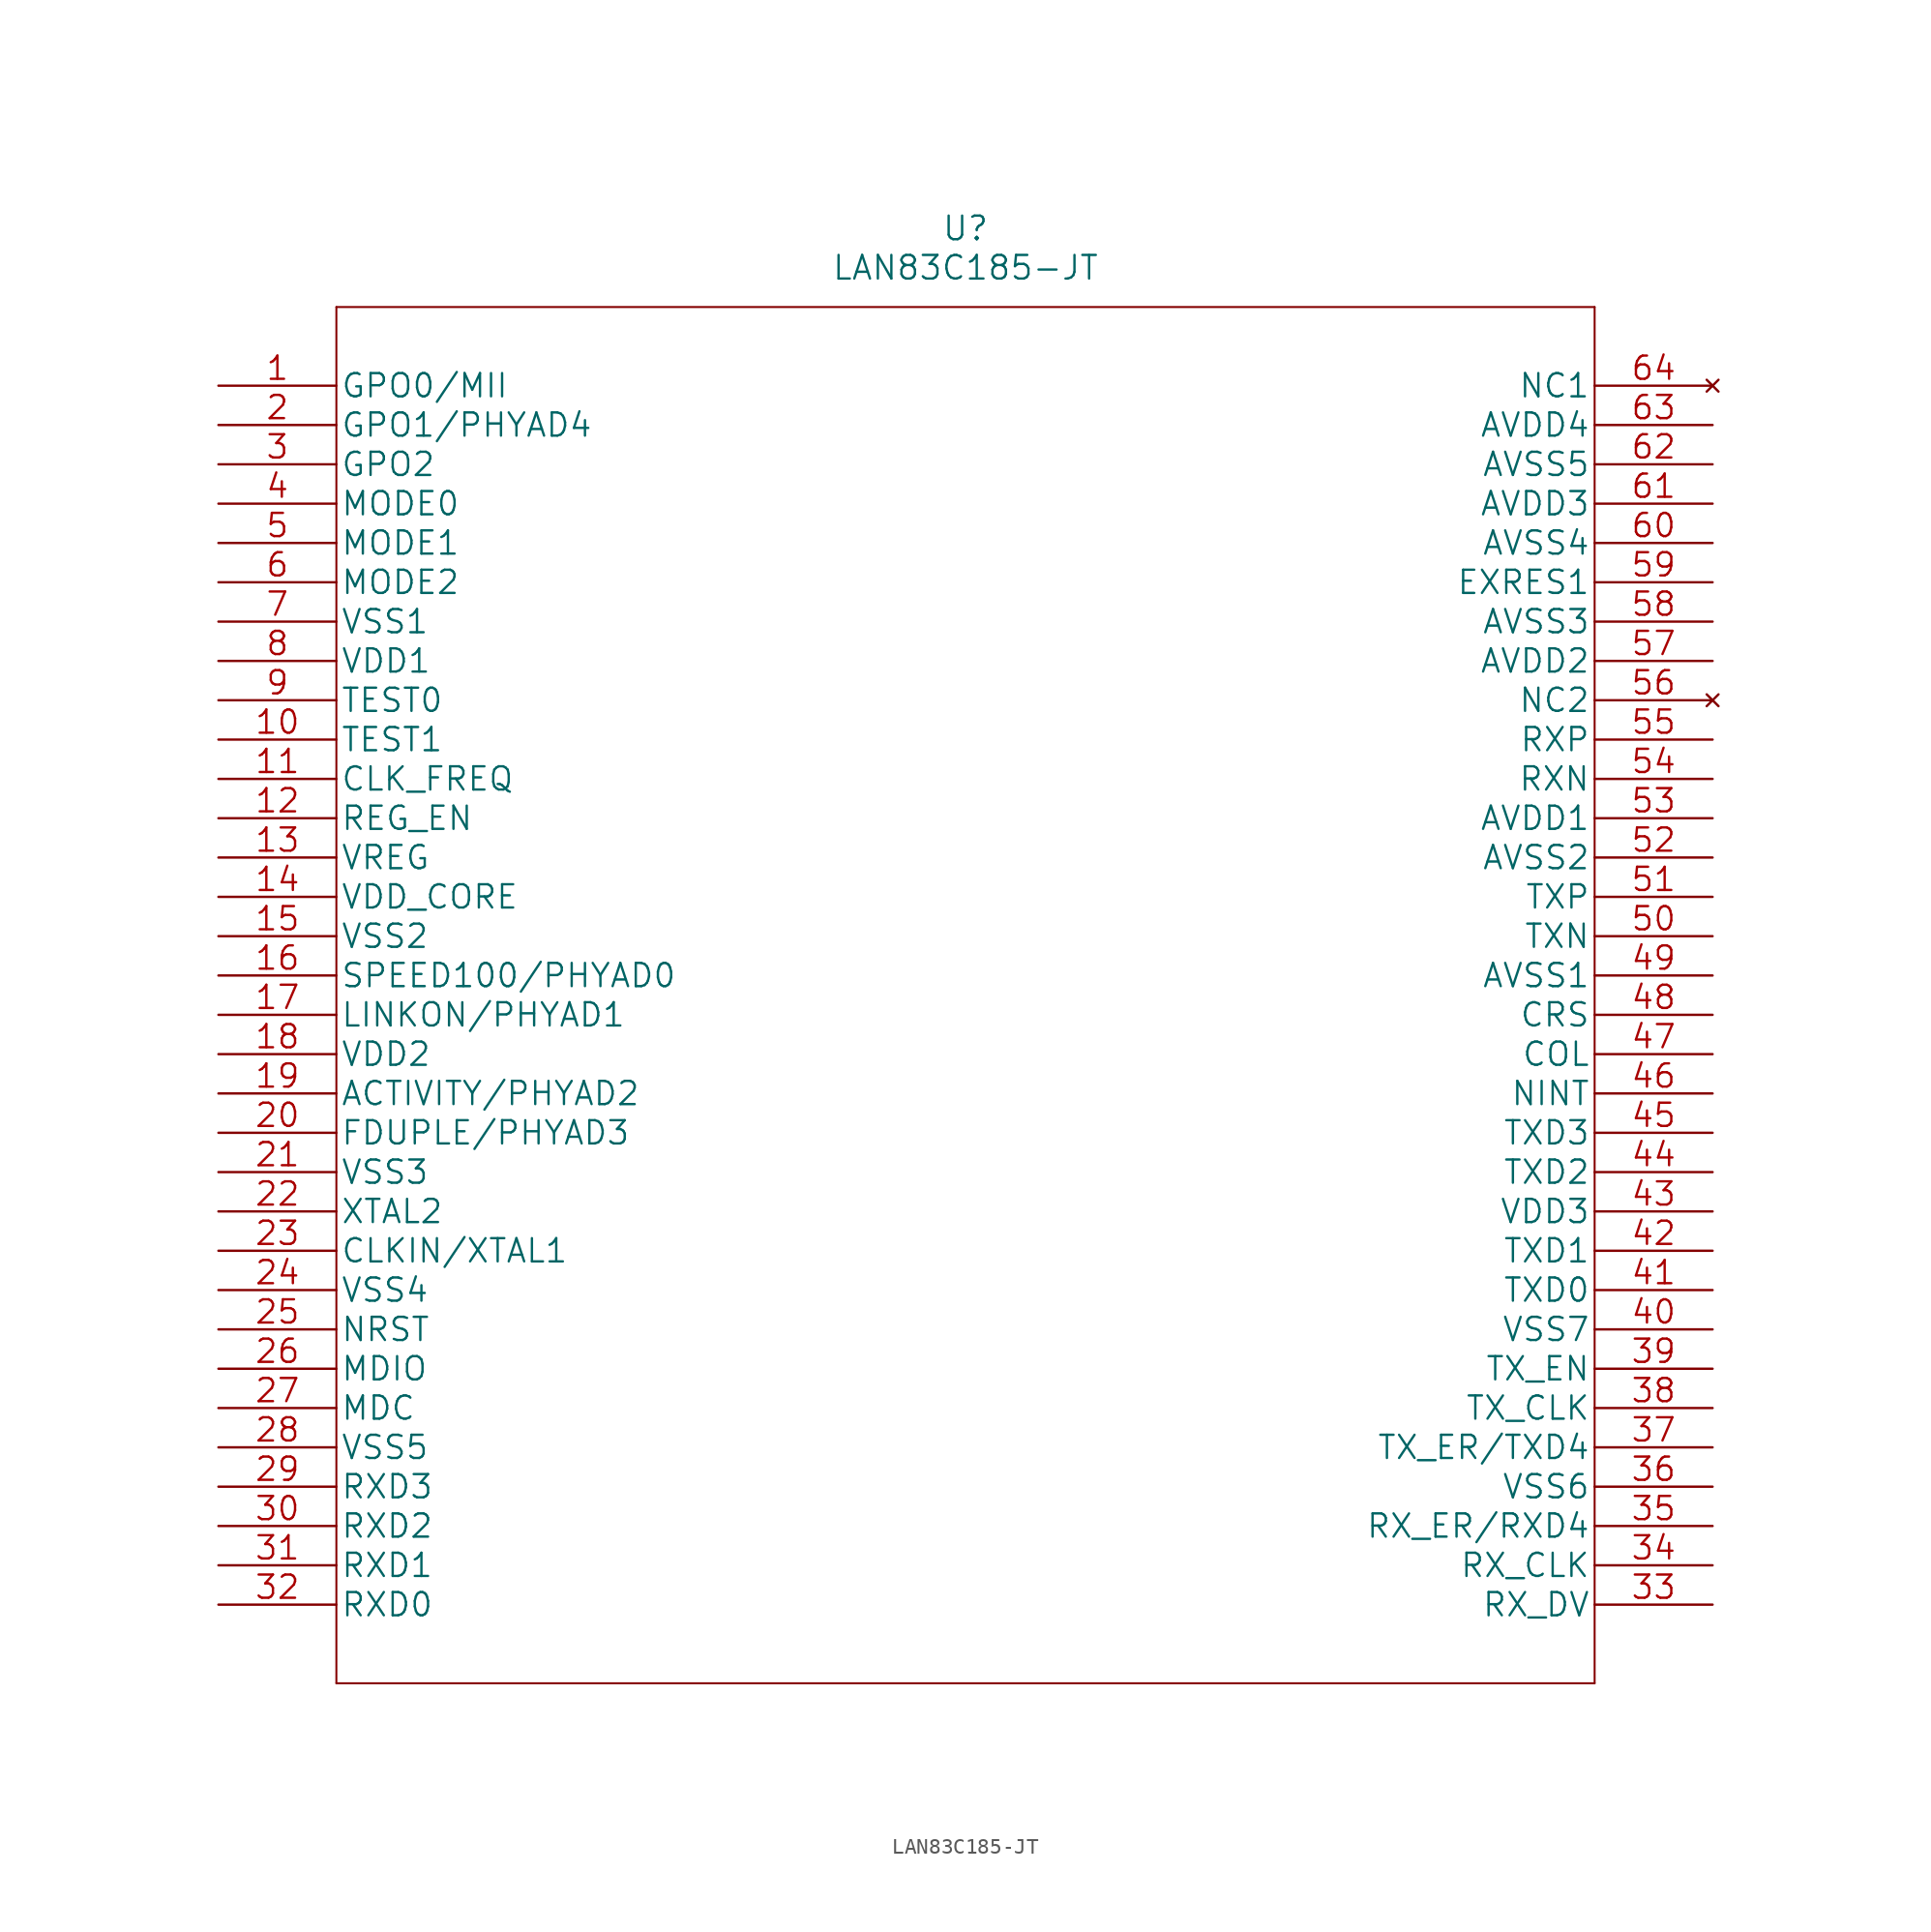
<source format=kicad_sym>
(kicad_symbol_lib
  (version 20211014)
  (generator kicad_symbol_editor)
  (symbol "LAN83C185-JT"
    (pin_names
      (offset 0.254))
    (property "Reference" "U"
      (at 48.26 10.16 0)
      (effects (font (size 1.524 1.524))))
    (property "Value" "LAN83C185-JT"
      (at 48.26 7.62 0)
      (effects (font (size 1.524 1.524))))
    (property "Datasheet" ""
      (at 0 0 0)
      (effects (font (size 1.524 1.524))))
    (property "ki_locked" ""
      (at 0 0 0)
      (effects (font (size 1.27 1.27))))
    (symbol "LAN83C185-JT_1_1"
      (polyline (pts (xy 7.62 -83.82) (xy 88.9 -83.82)) (stroke (width 0.127) (type default) (color 0 0 0 0)) (fill (type none)))
      (polyline (pts (xy 7.62 5.08) (xy 7.62 -83.82)) (stroke (width 0.127) (type default) (color 0 0 0 0)) (fill (type none)))
      (polyline (pts (xy 88.9 -83.82) (xy 88.9 5.08)) (stroke (width 0.127) (type default) (color 0 0 0 0)) (fill (type none)))
      (polyline (pts (xy 88.9 5.08) (xy 7.62 5.08)) (stroke (width 0.127) (type default) (color 0 0 0 0)) (fill (type none)))
      (pin bidirectional line (at 0 0 0) (length 7.62) (name "GPO0/MII" (effects (font (size 1.499 1.499)))) (number "1" (effects (font (size 1.499 1.499)))))
      (pin input line (at 0 -22.86 0) (length 7.62) (name "TEST1" (effects (font (size 1.499 1.499)))) (number "10" (effects (font (size 1.499 1.499)))))
      (pin input line (at 0 -25.4 0) (length 7.62) (name "CLK_FREQ" (effects (font (size 1.499 1.499)))) (number "11" (effects (font (size 1.499 1.499)))))
      (pin input line (at 0 -27.94 0) (length 7.62) (name "REG_EN" (effects (font (size 1.499 1.499)))) (number "12" (effects (font (size 1.499 1.499)))))
      (pin power_in line (at 0 -30.48 0) (length 7.62) (name "VREG" (effects (font (size 1.499 1.499)))) (number "13" (effects (font (size 1.499 1.499)))))
      (pin power_in line (at 0 -33.02 0) (length 7.62) (name "VDD_CORE" (effects (font (size 1.499 1.499)))) (number "14" (effects (font (size 1.499 1.499)))))
      (pin power_in line (at 0 -35.56 0) (length 7.62) (name "VSS2" (effects (font (size 1.499 1.499)))) (number "15" (effects (font (size 1.499 1.499)))))
      (pin output line (at 0 -38.1 0) (length 7.62) (name "SPEED100/PHYAD0" (effects (font (size 1.499 1.499)))) (number "16" (effects (font (size 1.499 1.499)))))
      (pin output line (at 0 -40.64 0) (length 7.62) (name "LINKON/PHYAD1" (effects (font (size 1.499 1.499)))) (number "17" (effects (font (size 1.499 1.499)))))
      (pin power_in line (at 0 -43.18 0) (length 7.62) (name "VDD2" (effects (font (size 1.499 1.499)))) (number "18" (effects (font (size 1.499 1.499)))))
      (pin output line (at 0 -45.72 0) (length 7.62) (name "ACTIVITY/PHYAD2" (effects (font (size 1.499 1.499)))) (number "19" (effects (font (size 1.499 1.499)))))
      (pin bidirectional line (at 0 -2.54 0) (length 7.62) (name "GPO1/PHYAD4" (effects (font (size 1.499 1.499)))) (number "2" (effects (font (size 1.499 1.499)))))
      (pin output line (at 0 -48.26 0) (length 7.62) (name "FDUPLE/PHYAD3" (effects (font (size 1.499 1.499)))) (number "20" (effects (font (size 1.499 1.499)))))
      (pin power_in line (at 0 -50.8 0) (length 7.62) (name "VSS3" (effects (font (size 1.499 1.499)))) (number "21" (effects (font (size 1.499 1.499)))))
      (pin output line (at 0 -53.34 0) (length 7.62) (name "XTAL2" (effects (font (size 1.499 1.499)))) (number "22" (effects (font (size 1.499 1.499)))))
      (pin input line (at 0 -55.88 0) (length 7.62) (name "CLKIN/XTAL1" (effects (font (size 1.499 1.499)))) (number "23" (effects (font (size 1.499 1.499)))))
      (pin power_in line (at 0 -58.42 0) (length 7.62) (name "VSS4" (effects (font (size 1.499 1.499)))) (number "24" (effects (font (size 1.499 1.499)))))
      (pin input line (at 0 -60.96 0) (length 7.62) (name "NRST" (effects (font (size 1.499 1.499)))) (number "25" (effects (font (size 1.499 1.499)))))
      (pin bidirectional line (at 0 -63.5 0) (length 7.62) (name "MDIO" (effects (font (size 1.499 1.499)))) (number "26" (effects (font (size 1.499 1.499)))))
      (pin input line (at 0 -66.04 0) (length 7.62) (name "MDC" (effects (font (size 1.499 1.499)))) (number "27" (effects (font (size 1.499 1.499)))))
      (pin power_in line (at 0 -68.58 0) (length 7.62) (name "VSS5" (effects (font (size 1.499 1.499)))) (number "28" (effects (font (size 1.499 1.499)))))
      (pin output line (at 0 -71.12 0) (length 7.62) (name "RXD3" (effects (font (size 1.499 1.499)))) (number "29" (effects (font (size 1.499 1.499)))))
      (pin bidirectional line (at 0 -5.08 0) (length 7.62) (name "GPO2" (effects (font (size 1.499 1.499)))) (number "3" (effects (font (size 1.499 1.499)))))
      (pin output line (at 0 -73.66 0) (length 7.62) (name "RXD2" (effects (font (size 1.499 1.499)))) (number "30" (effects (font (size 1.499 1.499)))))
      (pin output line (at 0 -76.2 0) (length 7.62) (name "RXD1" (effects (font (size 1.499 1.499)))) (number "31" (effects (font (size 1.499 1.499)))))
      (pin output line (at 0 -78.74 0) (length 7.62) (name "RXD0" (effects (font (size 1.499 1.499)))) (number "32" (effects (font (size 1.499 1.499)))))
      (pin output line (at 96.52 -78.74 180) (length 7.62) (name "RX_DV" (effects (font (size 1.499 1.499)))) (number "33" (effects (font (size 1.499 1.499)))))
      (pin output line (at 96.52 -76.2 180) (length 7.62) (name "RX_CLK" (effects (font (size 1.499 1.499)))) (number "34" (effects (font (size 1.499 1.499)))))
      (pin output line (at 96.52 -73.66 180) (length 7.62) (name "RX_ER/RXD4" (effects (font (size 1.499 1.499)))) (number "35" (effects (font (size 1.499 1.499)))))
      (pin power_in line (at 96.52 -71.12 180) (length 7.62) (name "VSS6" (effects (font (size 1.499 1.499)))) (number "36" (effects (font (size 1.499 1.499)))))
      (pin input line (at 96.52 -68.58 180) (length 7.62) (name "TX_ER/TXD4" (effects (font (size 1.499 1.499)))) (number "37" (effects (font (size 1.499 1.499)))))
      (pin output line (at 96.52 -66.04 180) (length 7.62) (name "TX_CLK" (effects (font (size 1.499 1.499)))) (number "38" (effects (font (size 1.499 1.499)))))
      (pin input line (at 96.52 -63.5 180) (length 7.62) (name "TX_EN" (effects (font (size 1.499 1.499)))) (number "39" (effects (font (size 1.499 1.499)))))
      (pin input line (at 0 -7.62 0) (length 7.62) (name "MODE0" (effects (font (size 1.499 1.499)))) (number "4" (effects (font (size 1.499 1.499)))))
      (pin power_in line (at 96.52 -60.96 180) (length 7.62) (name "VSS7" (effects (font (size 1.499 1.499)))) (number "40" (effects (font (size 1.499 1.499)))))
      (pin input line (at 96.52 -58.42 180) (length 7.62) (name "TXD0" (effects (font (size 1.499 1.499)))) (number "41" (effects (font (size 1.499 1.499)))))
      (pin input line (at 96.52 -55.88 180) (length 7.62) (name "TXD1" (effects (font (size 1.499 1.499)))) (number "42" (effects (font (size 1.499 1.499)))))
      (pin power_in line (at 96.52 -53.34 180) (length 7.62) (name "VDD3" (effects (font (size 1.499 1.499)))) (number "43" (effects (font (size 1.499 1.499)))))
      (pin input line (at 96.52 -50.8 180) (length 7.62) (name "TXD2" (effects (font (size 1.499 1.499)))) (number "44" (effects (font (size 1.499 1.499)))))
      (pin input line (at 96.52 -48.26 180) (length 7.62) (name "TXD3" (effects (font (size 1.499 1.499)))) (number "45" (effects (font (size 1.499 1.499)))))
      (pin output line (at 96.52 -45.72 180) (length 7.62) (name "NINT" (effects (font (size 1.499 1.499)))) (number "46" (effects (font (size 1.499 1.499)))))
      (pin output line (at 96.52 -43.18 180) (length 7.62) (name "COL" (effects (font (size 1.499 1.499)))) (number "47" (effects (font (size 1.499 1.499)))))
      (pin output line (at 96.52 -40.64 180) (length 7.62) (name "CRS" (effects (font (size 1.499 1.499)))) (number "48" (effects (font (size 1.499 1.499)))))
      (pin power_in line (at 96.52 -38.1 180) (length 7.62) (name "AVSS1" (effects (font (size 1.499 1.499)))) (number "49" (effects (font (size 1.499 1.499)))))
      (pin input line (at 0 -10.16 0) (length 7.62) (name "MODE1" (effects (font (size 1.499 1.499)))) (number "5" (effects (font (size 1.499 1.499)))))
      (pin output line (at 96.52 -35.56 180) (length 7.62) (name "TXN" (effects (font (size 1.499 1.499)))) (number "50" (effects (font (size 1.499 1.499)))))
      (pin output line (at 96.52 -33.02 180) (length 7.62) (name "TXP" (effects (font (size 1.499 1.499)))) (number "51" (effects (font (size 1.499 1.499)))))
      (pin power_in line (at 96.52 -30.48 180) (length 7.62) (name "AVSS2" (effects (font (size 1.499 1.499)))) (number "52" (effects (font (size 1.499 1.499)))))
      (pin power_in line (at 96.52 -27.94 180) (length 7.62) (name "AVDD1" (effects (font (size 1.499 1.499)))) (number "53" (effects (font (size 1.499 1.499)))))
      (pin input line (at 96.52 -25.4 180) (length 7.62) (name "RXN" (effects (font (size 1.499 1.499)))) (number "54" (effects (font (size 1.499 1.499)))))
      (pin input line (at 96.52 -22.86 180) (length 7.62) (name "RXP" (effects (font (size 1.499 1.499)))) (number "55" (effects (font (size 1.499 1.499)))))
      (pin no_connect line (at 96.52 -20.32 180) (length 7.62) (name "NC2" (effects (font (size 1.499 1.499)))) (number "56" (effects (font (size 1.499 1.499)))))
      (pin power_in line (at 96.52 -17.78 180) (length 7.62) (name "AVDD2" (effects (font (size 1.499 1.499)))) (number "57" (effects (font (size 1.499 1.499)))))
      (pin power_in line (at 96.52 -15.24 180) (length 7.62) (name "AVSS3" (effects (font (size 1.499 1.499)))) (number "58" (effects (font (size 1.499 1.499)))))
      (pin input line (at 96.52 -12.7 180) (length 7.62) (name "EXRES1" (effects (font (size 1.499 1.499)))) (number "59" (effects (font (size 1.499 1.499)))))
      (pin input line (at 0 -12.7 0) (length 7.62) (name "MODE2" (effects (font (size 1.499 1.499)))) (number "6" (effects (font (size 1.499 1.499)))))
      (pin power_in line (at 96.52 -10.16 180) (length 7.62) (name "AVSS4" (effects (font (size 1.499 1.499)))) (number "60" (effects (font (size 1.499 1.499)))))
      (pin power_in line (at 96.52 -7.62 180) (length 7.62) (name "AVDD3" (effects (font (size 1.499 1.499)))) (number "61" (effects (font (size 1.499 1.499)))))
      (pin power_in line (at 96.52 -5.08 180) (length 7.62) (name "AVSS5" (effects (font (size 1.499 1.499)))) (number "62" (effects (font (size 1.499 1.499)))))
      (pin power_in line (at 96.52 -2.54 180) (length 7.62) (name "AVDD4" (effects (font (size 1.499 1.499)))) (number "63" (effects (font (size 1.499 1.499)))))
      (pin no_connect line (at 96.52 0 180) (length 7.62) (name "NC1" (effects (font (size 1.499 1.499)))) (number "64" (effects (font (size 1.499 1.499)))))
      (pin power_in line (at 0 -15.24 0) (length 7.62) (name "VSS1" (effects (font (size 1.499 1.499)))) (number "7" (effects (font (size 1.499 1.499)))))
      (pin power_in line (at 0 -17.78 0) (length 7.62) (name "VDD1" (effects (font (size 1.499 1.499)))) (number "8" (effects (font (size 1.499 1.499)))))
      (pin input line (at 0 -20.32 0) (length 7.62) (name "TEST0" (effects (font (size 1.499 1.499)))) (number "9" (effects (font (size 1.499 1.499))))))))
</source>
